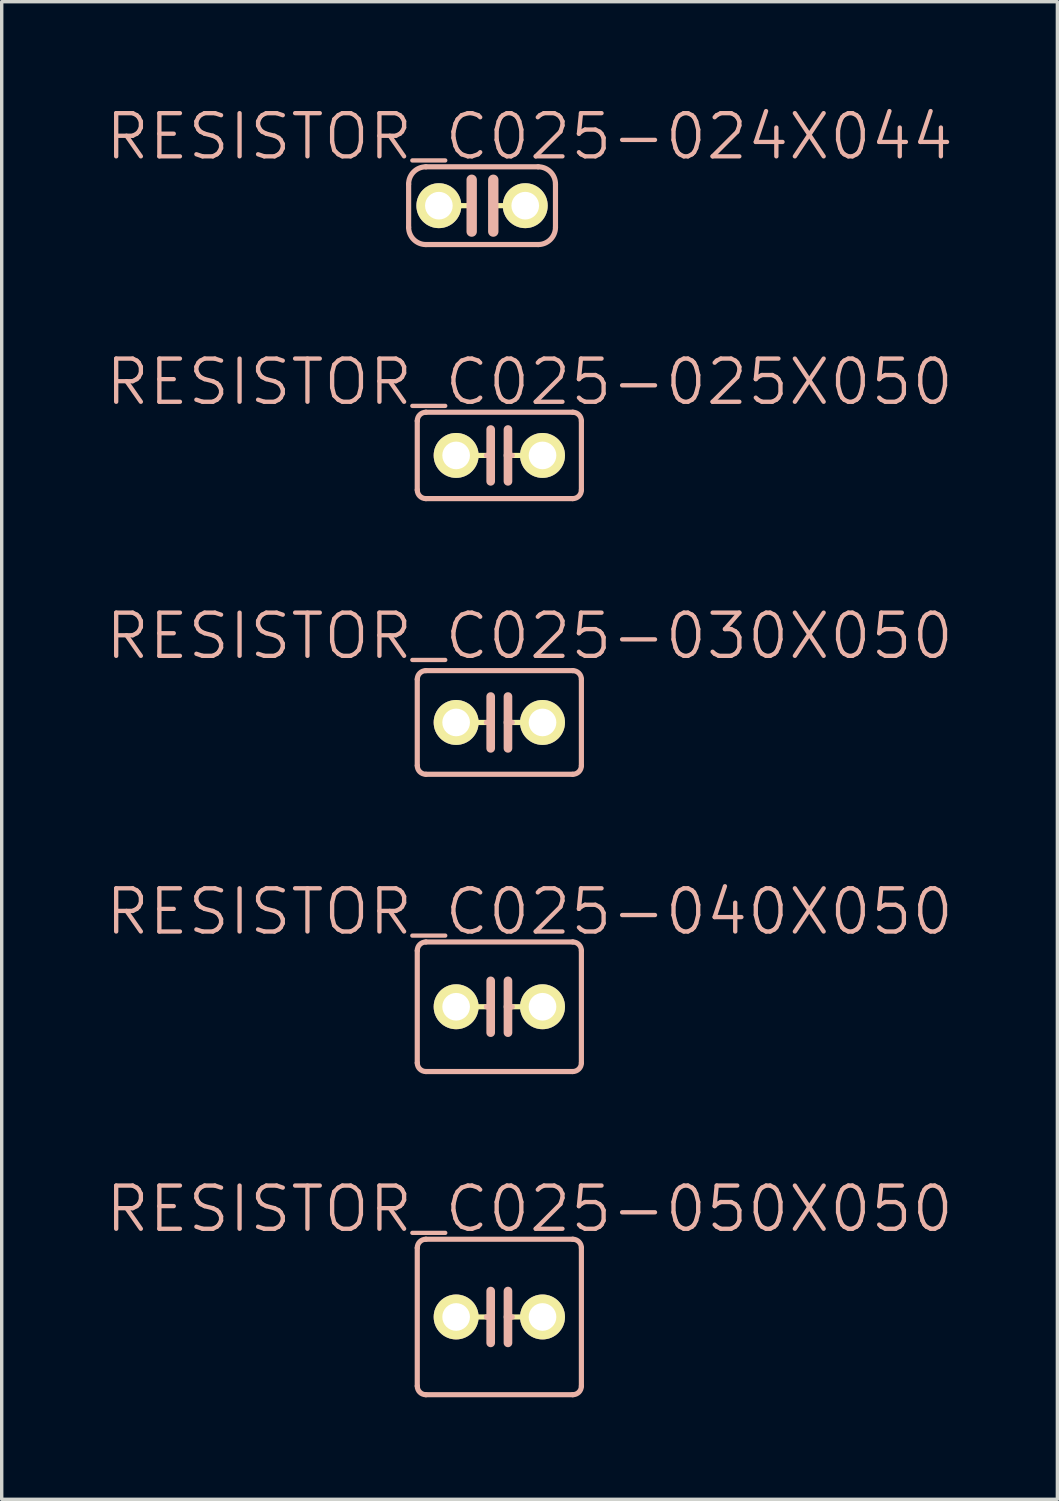
<source format=kicad_pcb>
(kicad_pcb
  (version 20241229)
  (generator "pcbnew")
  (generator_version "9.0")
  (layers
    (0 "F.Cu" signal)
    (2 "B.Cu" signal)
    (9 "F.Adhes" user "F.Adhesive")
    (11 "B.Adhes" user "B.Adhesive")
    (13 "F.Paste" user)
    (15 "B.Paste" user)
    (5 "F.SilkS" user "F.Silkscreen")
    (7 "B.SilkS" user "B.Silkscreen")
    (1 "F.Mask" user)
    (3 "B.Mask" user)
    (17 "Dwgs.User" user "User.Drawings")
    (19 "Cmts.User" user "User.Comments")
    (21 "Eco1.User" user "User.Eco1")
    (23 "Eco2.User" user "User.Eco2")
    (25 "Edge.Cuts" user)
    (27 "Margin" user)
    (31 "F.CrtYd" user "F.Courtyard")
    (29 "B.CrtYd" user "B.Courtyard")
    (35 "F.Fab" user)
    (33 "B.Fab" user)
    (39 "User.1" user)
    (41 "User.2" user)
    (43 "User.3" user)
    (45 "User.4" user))
  (footprint "RESISTOR_C025-025X050"
    (layer "F.Cu")
    (at 11.633 10.342)
    (property "Reference" "RESISTOR_C025-025X050" (at 0.889 -2.159 0) (layer "B.SilkS") (effects (font (size 1.27 1.27) (thickness 0.127))))
    (attr exclude_from_pos_files exclude_from_bom)
    (fp_line (start -0.381 0) (end -0.762 0) (stroke (width 0.152) (type solid)) (layer "F.SilkS"))
    (fp_line (start 0.762 0) (end 0.381 0) (stroke (width 0.152) (type solid)) (layer "F.SilkS"))
    (fp_line (start -2.413 -1.016) (end -2.413 1.016) (stroke (width 0.152) (type solid)) (layer "B.SilkS"))
    (fp_line (start -2.159 -1.27) (end 2.159 -1.27) (stroke (width 0.152) (type solid)) (layer "B.SilkS"))
    (fp_line (start -0.254 -0.762) (end -0.254 0) (stroke (width 0.254) (type solid)) (layer "B.SilkS"))
    (fp_line (start -0.254 0) (end -0.381 0) (stroke (width 0.152) (type solid)) (layer "B.SilkS"))
    (fp_line (start -0.254 0) (end -0.254 0.762) (stroke (width 0.254) (type solid)) (layer "B.SilkS"))
    (fp_line (start 0.254 0) (end 0.254 -0.762) (stroke (width 0.254) (type solid)) (layer "B.SilkS"))
    (fp_line (start 0.254 0) (end 0.254 0.762) (stroke (width 0.254) (type solid)) (layer "B.SilkS"))
    (fp_line (start 0.381 0) (end 0.254 0) (stroke (width 0.152) (type solid)) (layer "B.SilkS"))
    (fp_line (start 2.159 1.27) (end -2.159 1.27) (stroke (width 0.152) (type solid)) (layer "B.SilkS"))
    (fp_line (start 2.413 -1.016) (end 2.413 1.016) (stroke (width 0.152) (type solid)) (layer "B.SilkS"))
    (fp_arc (start -2.413 -1.016) (mid -2.338605 -1.195605) (end -2.159 -1.27) (stroke (width 0.1524) (type solid)) (layer "B.SilkS"))
    (fp_arc (start -2.159 1.27) (mid -2.338605 1.195605) (end -2.413 1.016) (stroke (width 0.1524) (type solid)) (layer "B.SilkS"))
    (fp_arc (start 2.159 -1.27) (mid 2.338605 -1.195605) (end 2.413 -1.016) (stroke (width 0.1524) (type solid)) (layer "B.SilkS"))
    (fp_arc (start 2.413 1.016) (mid 2.338605 1.195605) (end 2.159 1.27) (stroke (width 0.1524) (type solid)) (layer "B.SilkS"))
    (pad "1" thru_hole circle (at -1.27 0) (size 1.321 1.321) (drill 0.813) (layers "*.Cu" "F.Mask" "F.SilkS" "F.Paste"))
    (pad "2" thru_hole circle (at 1.27 0) (size 1.321 1.321) (drill 0.813) (layers "*.Cu" "F.Mask" "F.SilkS" "F.Paste")))
  (footprint "RESISTOR_C025-024X044"
    (layer "F.Cu")
    (at 11.125 2.998)
    (property "Reference" "RESISTOR_C025-024X044" (at 1.397 -2.032 0) (layer "B.SilkS") (effects (font (size 1.27 1.27) (thickness 0.127))))
    (attr exclude_from_pos_files exclude_from_bom)
    (fp_line (start -1.27 0) (end -0.305 0) (stroke (width 0.152) (type solid)) (layer "F.SilkS"))
    (fp_line (start 1.27 0) (end 0.33 0) (stroke (width 0.152) (type solid)) (layer "F.SilkS"))
    (fp_line (start -2.159 0.635) (end -2.159 -0.635) (stroke (width 0.152) (type solid)) (layer "B.SilkS"))
    (fp_line (start -0.305 -0.762) (end -0.305 0.762) (stroke (width 0.305) (type solid)) (layer "B.SilkS"))
    (fp_line (start 0.33 -0.762) (end 0.33 0.762) (stroke (width 0.305) (type solid)) (layer "B.SilkS"))
    (fp_line (start 1.651 -1.143) (end -1.651 -1.143) (stroke (width 0.152) (type solid)) (layer "B.SilkS"))
    (fp_line (start 1.651 1.143) (end -1.651 1.143) (stroke (width 0.152) (type solid)) (layer "B.SilkS"))
    (fp_line (start 2.159 0.635) (end 2.159 -0.635) (stroke (width 0.152) (type solid)) (layer "B.SilkS"))
    (fp_arc (start -2.159 -0.635) (mid -2.01021 -0.99421) (end -1.651 -1.143) (stroke (width 0.1524) (type solid)) (layer "B.SilkS"))
    (fp_arc (start -1.651 1.143) (mid -2.01021 0.99421) (end -2.159 0.635) (stroke (width 0.1524) (type solid)) (layer "B.SilkS"))
    (fp_arc (start 1.651 -1.143) (mid 2.01021 -0.99421) (end 2.159 -0.635) (stroke (width 0.1524) (type solid)) (layer "B.SilkS"))
    (fp_arc (start 2.159 0.635) (mid 2.01021 0.99421) (end 1.651 1.143) (stroke (width 0.1524) (type solid)) (layer "B.SilkS"))
    (pad "1" thru_hole circle (at -1.27 0) (size 1.321 1.321) (drill 0.813) (layers "*.Cu" "F.Mask" "F.SilkS" "F.Paste"))
    (pad "2" thru_hole circle (at 1.27 0) (size 1.321 1.321) (drill 0.813) (layers "*.Cu" "F.Mask" "F.SilkS" "F.Paste")))
  (footprint "RESISTOR_C025-030X050"
    (layer "F.Cu")
    (at 11.633 18.194)
    (property "Reference" "RESISTOR_C025-030X050" (at 0.889 -2.54 0) (layer "B.SilkS") (effects (font (size 1.27 1.27) (thickness 0.127))))
    (attr exclude_from_pos_files exclude_from_bom)
    (fp_line (start -0.381 0) (end -0.762 0) (stroke (width 0.152) (type solid)) (layer "F.SilkS"))
    (fp_line (start 0.762 0) (end 0.381 0) (stroke (width 0.152) (type solid)) (layer "F.SilkS"))
    (fp_line (start -2.413 -1.27) (end -2.413 1.27) (stroke (width 0.152) (type solid)) (layer "B.SilkS"))
    (fp_line (start -2.159 -1.524) (end 2.159 -1.524) (stroke (width 0.152) (type solid)) (layer "B.SilkS"))
    (fp_line (start -0.254 -0.762) (end -0.254 0) (stroke (width 0.254) (type solid)) (layer "B.SilkS"))
    (fp_line (start -0.254 0) (end -0.381 0) (stroke (width 0.152) (type solid)) (layer "B.SilkS"))
    (fp_line (start -0.254 0) (end -0.254 0.762) (stroke (width 0.254) (type solid)) (layer "B.SilkS"))
    (fp_line (start 0.254 0) (end 0.254 -0.762) (stroke (width 0.254) (type solid)) (layer "B.SilkS"))
    (fp_line (start 0.254 0) (end 0.254 0.762) (stroke (width 0.254) (type solid)) (layer "B.SilkS"))
    (fp_line (start 0.381 0) (end 0.254 0) (stroke (width 0.152) (type solid)) (layer "B.SilkS"))
    (fp_line (start 2.159 1.524) (end -2.159 1.524) (stroke (width 0.152) (type solid)) (layer "B.SilkS"))
    (fp_line (start 2.413 -1.27) (end 2.413 1.27) (stroke (width 0.152) (type solid)) (layer "B.SilkS"))
    (fp_arc (start -2.413 -1.27) (mid -2.338605 -1.449605) (end -2.159 -1.524) (stroke (width 0.1524) (type solid)) (layer "B.SilkS"))
    (fp_arc (start -2.159 1.524) (mid -2.338605 1.449605) (end -2.413 1.27) (stroke (width 0.1524) (type solid)) (layer "B.SilkS"))
    (fp_arc (start 2.159 -1.524) (mid 2.338605 -1.449605) (end 2.413 -1.27) (stroke (width 0.1524) (type solid)) (layer "B.SilkS"))
    (fp_arc (start 2.413 1.27) (mid 2.338605 1.449605) (end 2.159 1.524) (stroke (width 0.1524) (type solid)) (layer "B.SilkS"))
    (pad "1" thru_hole circle (at -1.27 0) (size 1.321 1.321) (drill 0.813) (layers "*.Cu" "F.Mask" "F.SilkS" "F.Paste"))
    (pad "2" thru_hole circle (at 1.27 0) (size 1.321 1.321) (drill 0.813) (layers "*.Cu" "F.Mask" "F.SilkS" "F.Paste")))
  (footprint "RESISTOR_C025-050X050"
    (layer "F.Cu")
    (at 11.633 35.676)
    (property "Reference" "RESISTOR_C025-050X050" (at 0.889 -3.175 0) (layer "B.SilkS") (effects (font (size 1.27 1.27) (thickness 0.127))))
    (attr exclude_from_pos_files exclude_from_bom)
    (fp_line (start -0.381 0) (end -0.762 0) (stroke (width 0.152) (type solid)) (layer "F.SilkS"))
    (fp_line (start 0.762 0) (end 0.381 0) (stroke (width 0.152) (type solid)) (layer "F.SilkS"))
    (fp_line (start -2.413 -2.032) (end -2.413 2.032) (stroke (width 0.152) (type solid)) (layer "B.SilkS"))
    (fp_line (start -2.159 -2.286) (end 2.159 -2.286) (stroke (width 0.152) (type solid)) (layer "B.SilkS"))
    (fp_line (start -0.254 -0.762) (end -0.254 0) (stroke (width 0.254) (type solid)) (layer "B.SilkS"))
    (fp_line (start -0.254 0) (end -0.381 0) (stroke (width 0.152) (type solid)) (layer "B.SilkS"))
    (fp_line (start -0.254 0) (end -0.254 0.762) (stroke (width 0.254) (type solid)) (layer "B.SilkS"))
    (fp_line (start 0.254 0) (end 0.254 -0.762) (stroke (width 0.254) (type solid)) (layer "B.SilkS"))
    (fp_line (start 0.254 0) (end 0.254 0.762) (stroke (width 0.254) (type solid)) (layer "B.SilkS"))
    (fp_line (start 0.381 0) (end 0.254 0) (stroke (width 0.152) (type solid)) (layer "B.SilkS"))
    (fp_line (start 2.159 2.286) (end -2.159 2.286) (stroke (width 0.152) (type solid)) (layer "B.SilkS"))
    (fp_line (start 2.413 -2.032) (end 2.413 2.032) (stroke (width 0.152) (type solid)) (layer "B.SilkS"))
    (fp_arc (start -2.413 -2.032) (mid -2.338605 -2.211605) (end -2.159 -2.286) (stroke (width 0.1524) (type solid)) (layer "B.SilkS"))
    (fp_arc (start -2.159 2.286) (mid -2.338605 2.211605) (end -2.413 2.032) (stroke (width 0.1524) (type solid)) (layer "B.SilkS"))
    (fp_arc (start 2.159 -2.286) (mid 2.338605 -2.211605) (end 2.413 -2.032) (stroke (width 0.1524) (type solid)) (layer "B.SilkS"))
    (fp_arc (start 2.413 2.032) (mid 2.338605 2.211605) (end 2.159 2.286) (stroke (width 0.1524) (type solid)) (layer "B.SilkS"))
    (pad "1" thru_hole circle (at -1.27 0) (size 1.321 1.321) (drill 0.813) (layers "*.Cu" "F.Mask" "F.SilkS" "F.Paste"))
    (pad "2" thru_hole circle (at 1.27 0) (size 1.321 1.321) (drill 0.813) (layers "*.Cu" "F.Mask" "F.SilkS" "F.Paste")))
  (footprint "RESISTOR_C025-040X050"
    (layer "F.Cu")
    (at 11.633 26.554)
    (property "Reference" "RESISTOR_C025-040X050" (at 0.889 -2.794 0) (layer "B.SilkS") (effects (font (size 1.27 1.27) (thickness 0.127))))
    (attr exclude_from_pos_files exclude_from_bom)
    (fp_line (start -0.381 0) (end -0.762 0) (stroke (width 0.152) (type solid)) (layer "F.SilkS"))
    (fp_line (start 0.762 0) (end 0.381 0) (stroke (width 0.152) (type solid)) (layer "F.SilkS"))
    (fp_line (start -2.413 -1.651) (end -2.413 1.651) (stroke (width 0.152) (type solid)) (layer "B.SilkS"))
    (fp_line (start -2.159 -1.905) (end 2.159 -1.905) (stroke (width 0.152) (type solid)) (layer "B.SilkS"))
    (fp_line (start -0.254 -0.762) (end -0.254 0) (stroke (width 0.254) (type solid)) (layer "B.SilkS"))
    (fp_line (start -0.254 0) (end -0.381 0) (stroke (width 0.152) (type solid)) (layer "B.SilkS"))
    (fp_line (start -0.254 0) (end -0.254 0.762) (stroke (width 0.254) (type solid)) (layer "B.SilkS"))
    (fp_line (start 0.254 0) (end 0.254 -0.762) (stroke (width 0.254) (type solid)) (layer "B.SilkS"))
    (fp_line (start 0.254 0) (end 0.254 0.762) (stroke (width 0.254) (type solid)) (layer "B.SilkS"))
    (fp_line (start 0.381 0) (end 0.254 0) (stroke (width 0.152) (type solid)) (layer "B.SilkS"))
    (fp_line (start 2.159 1.905) (end -2.159 1.905) (stroke (width 0.152) (type solid)) (layer "B.SilkS"))
    (fp_line (start 2.413 -1.651) (end 2.413 1.651) (stroke (width 0.152) (type solid)) (layer "B.SilkS"))
    (fp_arc (start -2.413 -1.651) (mid -2.338605 -1.830605) (end -2.159 -1.905) (stroke (width 0.1524) (type solid)) (layer "B.SilkS"))
    (fp_arc (start -2.159 1.905) (mid -2.338605 1.830605) (end -2.413 1.651) (stroke (width 0.1524) (type solid)) (layer "B.SilkS"))
    (fp_arc (start 2.159 -1.905) (mid 2.338605 -1.830605) (end 2.413 -1.651) (stroke (width 0.1524) (type solid)) (layer "B.SilkS"))
    (fp_arc (start 2.413 1.651) (mid 2.338605 1.830605) (end 2.159 1.905) (stroke (width 0.1524) (type solid)) (layer "B.SilkS"))
    (pad "1" thru_hole circle (at -1.27 0) (size 1.321 1.321) (drill 0.813) (layers "*.Cu" "F.Mask" "F.SilkS" "F.Paste"))
    (pad "2" thru_hole circle (at 1.27 0) (size 1.321 1.321) (drill 0.813) (layers "*.Cu" "F.Mask" "F.SilkS" "F.Paste")))
  (gr_rect
    (start -3 -3)
    (end 28.043 41.038)
    (stroke (width 0.1) (type default))
    (fill no)
    (layer "Edge.Cuts")))
</source>
